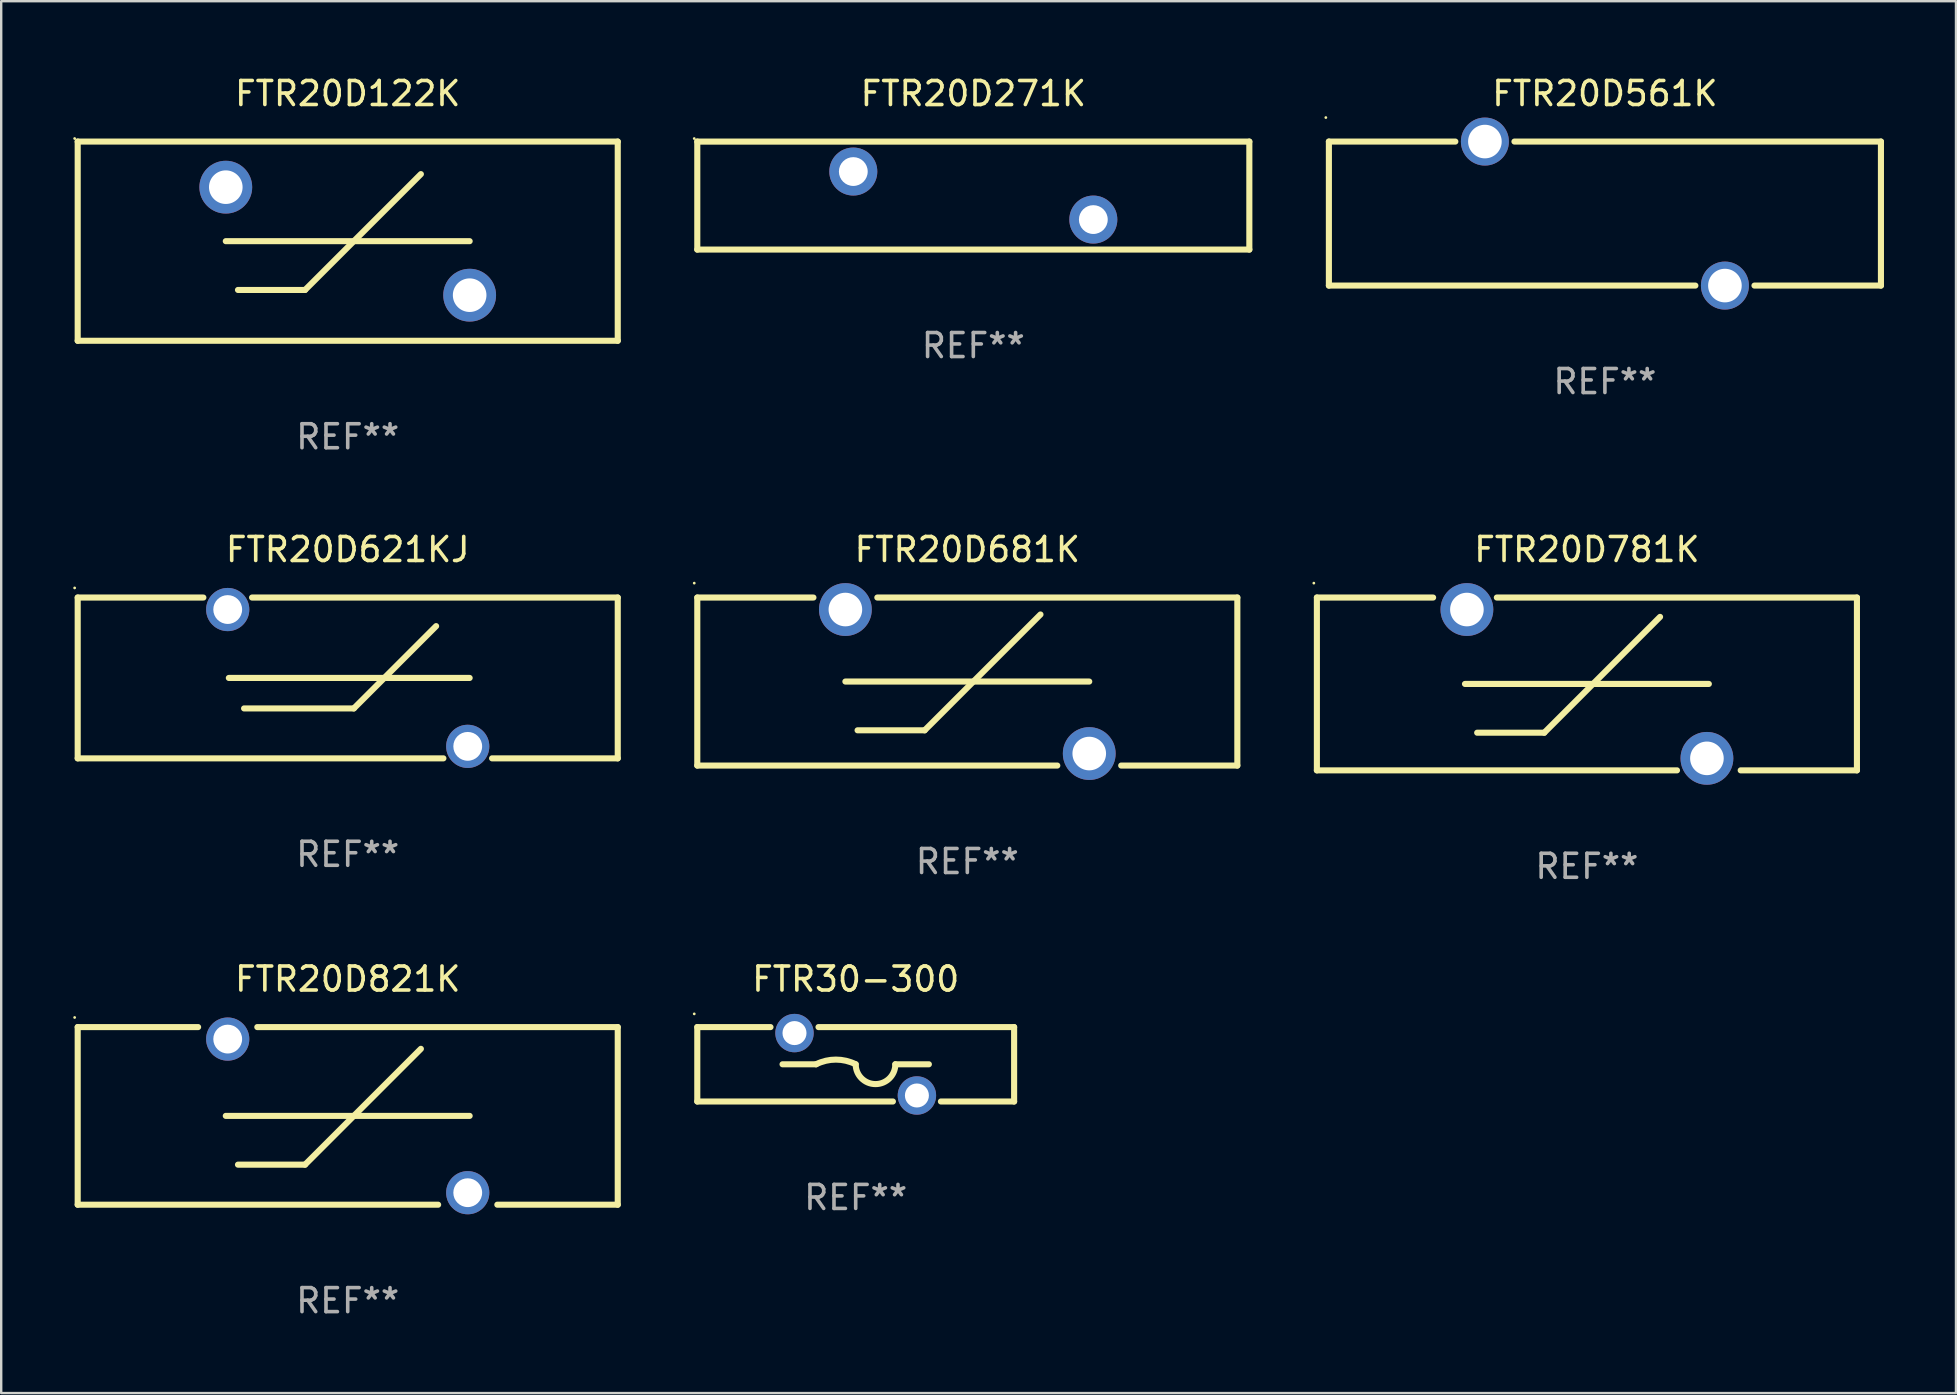
<source format=kicad_pcb>
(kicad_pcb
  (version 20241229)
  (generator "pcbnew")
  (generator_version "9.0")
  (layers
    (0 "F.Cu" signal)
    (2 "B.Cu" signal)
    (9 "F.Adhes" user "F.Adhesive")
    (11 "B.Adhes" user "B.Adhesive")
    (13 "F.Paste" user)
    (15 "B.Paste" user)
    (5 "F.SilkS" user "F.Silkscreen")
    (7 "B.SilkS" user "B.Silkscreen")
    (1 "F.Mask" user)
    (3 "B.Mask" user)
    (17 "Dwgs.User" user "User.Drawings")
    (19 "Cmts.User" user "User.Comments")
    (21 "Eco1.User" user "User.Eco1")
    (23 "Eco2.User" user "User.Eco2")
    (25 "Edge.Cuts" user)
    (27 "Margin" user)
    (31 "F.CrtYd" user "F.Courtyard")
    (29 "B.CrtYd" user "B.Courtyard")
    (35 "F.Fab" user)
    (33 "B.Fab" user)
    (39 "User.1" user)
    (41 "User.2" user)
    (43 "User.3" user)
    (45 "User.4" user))
  (footprint "FTR30-300"
    (layer "F.Cu")
    (at 32.601 41.291)
    (property "Reference" "FTR30-300" (at 0 -3.55 0) (layer "F.SilkS") (effects (font (size 1 1) (thickness 0.15))))
    (attr through_hole)
    (fp_line (start -6.6 -1.55) (end -6.6 1.55) (stroke (width 0.254) (type solid)) (layer "F.SilkS"))
    (fp_line (start -6.6 -1.55) (end -3.55 -1.55) (stroke (width 0.254) (type solid)) (layer "F.SilkS"))
    (fp_line (start -6.6 1.55) (end 1.55 1.55) (stroke (width 0.254) (type solid)) (layer "F.SilkS"))
    (fp_line (start -3.048 0) (end -1.651 0) (stroke (width 0.254) (type solid)) (layer "F.SilkS"))
    (fp_line (start -1.55 -1.55) (end 6.6 -1.55) (stroke (width 0.254) (type solid)) (layer "F.SilkS"))
    (fp_line (start 3.048 0) (end 1.651 0) (stroke (width 0.254) (type solid)) (layer "F.SilkS"))
    (fp_line (start 3.55 1.55) (end 6.6 1.55) (stroke (width 0.254) (type solid)) (layer "F.SilkS"))
    (fp_line (start 6.6 -1.55) (end 6.6 1.55) (stroke (width 0.254) (type solid)) (layer "F.SilkS"))
    (fp_arc (start -1.651003 0) (mid -0.825502 -0.194874) (end 0 0) (stroke (width 0.254001) (type solid)) (layer "F.SilkS"))
    (fp_arc (start 1.651003 0) (mid 0.825502 0.825501) (end 0.000001 0) (stroke (width 0.254001) (type solid)) (layer "F.SilkS"))
    (fp_circle (center -6.727 -2.1) (end -6.697 -2.1) (stroke (width 0.06) (type solid)) (fill no) (layer "F.SilkS"))
    (fp_text user "REF**" (at 0 5.55 0) (layer "F.Fab") (effects (font (size 1 1) (thickness 0.15))))
    (pad "1" thru_hole circle (at -2.55 -1.3) (size 1.6 1.6) (drill 1) (layers "*.Cu" "*.Mask"))
    (pad "2" thru_hole circle (at 2.55 1.3) (size 1.6 1.6) (drill 1) (layers "*.Cu" "*.Mask")))
  (footprint "FTR20D271K"
    (layer "F.Cu")
    (at 37.501 5.099)
    (property "Reference" "FTR20D271K" (at 0 -4.25 0) (layer "F.SilkS") (effects (font (size 1 1) (thickness 0.15))))
    (attr through_hole)
    (fp_line (start -11.5 -2.25) (end 11.5 -2.25) (stroke (width 0.254) (type solid)) (layer "F.SilkS"))
    (fp_line (start -11.5 2.25) (end -11.5 -2.25) (stroke (width 0.254) (type solid)) (layer "F.SilkS"))
    (fp_line (start 11.5 -2.25) (end 11.5 2.25) (stroke (width 0.254) (type solid)) (layer "F.SilkS"))
    (fp_line (start 11.5 2.249) (end -11.5 2.249) (stroke (width 0.254) (type solid)) (layer "F.SilkS"))
    (fp_circle (center -11.627 -2.377) (end -11.597 -2.377) (stroke (width 0.06) (type solid)) (fill no) (layer "F.SilkS"))
    (fp_text user "REF**" (at 0 6.25 0) (layer "F.Fab") (effects (font (size 1 1) (thickness 0.15))))
    (pad "1" thru_hole circle (at -5 -1.002) (size 2 2) (drill 1.2) (layers "*.Cu" "*.Mask"))
    (pad "2" thru_hole circle (at 5 0.999) (size 2 2) (drill 1.2) (layers "*.Cu" "*.Mask")))
  (footprint "FTR20D781K"
    (layer "F.Cu")
    (at 63.065 25.445)
    (property "Reference" "FTR20D781K" (at 0 -5.6 0) (layer "F.SilkS") (effects (font (size 1 1) (thickness 0.15))))
    (attr through_hole)
    (fp_line (start -11.25 -3.6) (end -6.407 -3.6) (stroke (width 0.254) (type solid)) (layer "F.SilkS"))
    (fp_line (start -11.25 3.6) (end -11.25 -3.6) (stroke (width 0.254) (type solid)) (layer "F.SilkS"))
    (fp_line (start -11.25 3.6) (end 3.753 3.6) (stroke (width 0.254) (type solid)) (layer "F.SilkS"))
    (fp_line (start -5.08 -0.000127) (end 5.08 -0.000127) (stroke (width 0.254) (type solid)) (layer "F.SilkS"))
    (fp_line (start -4.572 2.032) (end -1.778 2.032) (stroke (width 0.254) (type solid)) (layer "F.SilkS"))
    (fp_line (start -3.753 -3.6) (end 11.25 -3.6) (stroke (width 0.254) (type solid)) (layer "F.SilkS"))
    (fp_line (start -1.778 2.032) (end 3.048 -2.794) (stroke (width 0.254) (type solid)) (layer "F.SilkS"))
    (fp_line (start 6.407 3.6) (end 11.25 3.6) (stroke (width 0.254) (type solid)) (layer "F.SilkS"))
    (fp_line (start 11.25 3.6) (end 11.25 -3.6) (stroke (width 0.254) (type solid)) (layer "F.SilkS"))
    (fp_circle (center -11.377 -4.2) (end -11.347 -4.2) (stroke (width 0.06) (type solid)) (fill no) (layer "F.SilkS"))
    (fp_text user "REF**" (at 0 7.6 0) (layer "F.Fab") (effects (font (size 1 1) (thickness 0.15))))
    (pad "1" thru_hole circle (at -5 -3.1) (size 2.2 2.2) (drill 1.4) (layers "*.Cu" "*.Mask"))
    (pad "2" thru_hole circle (at 5 3.1) (size 2.2 2.2) (drill 1.4) (layers "*.Cu" "*.Mask")))
  (footprint "FTR20D681K"
    (layer "F.Cu")
    (at 37.251 25.345)
    (property "Reference" "FTR20D681K" (at 0 -5.5 0) (layer "F.SilkS") (effects (font (size 1 1) (thickness 0.15))))
    (attr through_hole)
    (fp_line (start -11.25 -3.5) (end -11.25 3.5) (stroke (width 0.254) (type solid)) (layer "F.SilkS"))
    (fp_line (start -11.25 3.5) (end 3.749 3.5) (stroke (width 0.254) (type solid)) (layer "F.SilkS"))
    (fp_line (start -6.411 -3.5) (end -11.25 -3.5) (stroke (width 0.254) (type solid)) (layer "F.SilkS"))
    (fp_line (start -5.08 -0.000127) (end 5.08 -0.000127) (stroke (width 0.254) (type solid)) (layer "F.SilkS"))
    (fp_line (start -4.572 2.032) (end -1.778 2.032) (stroke (width 0.254) (type solid)) (layer "F.SilkS"))
    (fp_line (start -1.778 2.032) (end 3.048 -2.794) (stroke (width 0.254) (type solid)) (layer "F.SilkS"))
    (fp_line (start 6.411 3.5) (end 11.25 3.5) (stroke (width 0.254) (type solid)) (layer "F.SilkS"))
    (fp_line (start 11.25 -3.5) (end -3.749 -3.5) (stroke (width 0.254) (type solid)) (layer "F.SilkS"))
    (fp_line (start 11.25 3.5) (end 11.25 -3.5) (stroke (width 0.254) (type solid)) (layer "F.SilkS"))
    (fp_circle (center -11.377 -4.1) (end -11.347 -4.1) (stroke (width 0.06) (type solid)) (fill no) (layer "F.SilkS"))
    (fp_text user "REF**" (at 0 7.5 0) (layer "F.Fab") (effects (font (size 1 1) (thickness 0.15))))
    (pad "1" thru_hole circle (at -5.08 -3) (size 2.2 2.2) (drill 1.4) (layers "*.Cu" "*.Mask"))
    (pad "2" thru_hole circle (at 5.08 3) (size 2.2 2.2) (drill 1.4) (layers "*.Cu" "*.Mask")))
  (footprint "FTR20D821K"
    (layer "F.Cu")
    (at 11.437 43.441)
    (property "Reference" "FTR20D821K" (at 0 -5.7 0) (layer "F.SilkS") (effects (font (size 1 1) (thickness 0.15))))
    (attr through_hole)
    (fp_line (start -11.25 -3.7) (end -6.233 -3.7) (stroke (width 0.254) (type solid)) (layer "F.SilkS"))
    (fp_line (start -11.25 3.7) (end -11.25 -3.7) (stroke (width 0.254) (type solid)) (layer "F.SilkS"))
    (fp_line (start -11.25 3.7) (end 3.767 3.7) (stroke (width 0.254) (type solid)) (layer "F.SilkS"))
    (fp_line (start -5.08 -0.000127) (end 5.08 -0.000127) (stroke (width 0.254) (type solid)) (layer "F.SilkS"))
    (fp_line (start -4.572 2.032) (end -1.778 2.032) (stroke (width 0.254) (type solid)) (layer "F.SilkS"))
    (fp_line (start -3.767 -3.7) (end 11.25 -3.7) (stroke (width 0.254) (type solid)) (layer "F.SilkS"))
    (fp_line (start -1.778 2.032) (end 3.048 -2.794) (stroke (width 0.254) (type solid)) (layer "F.SilkS"))
    (fp_line (start 6.233 3.7) (end 11.25 3.7) (stroke (width 0.254) (type solid)) (layer "F.SilkS"))
    (fp_line (start 11.25 3.7) (end 11.25 -3.7) (stroke (width 0.254) (type solid)) (layer "F.SilkS"))
    (fp_circle (center -11.377 -4.1) (end -11.347 -4.1) (stroke (width 0.06) (type solid)) (fill no) (layer "F.SilkS"))
    (fp_text user "REF**" (at 0 7.7 0) (layer "F.Fab") (effects (font (size 1 1) (thickness 0.15))))
    (pad "1" thru_hole circle (at -5 -3.2) (size 1.8 1.8) (drill 1.2) (layers "*.Cu" "*.Mask"))
    (pad "2" thru_hole circle (at 5 3.2) (size 1.8 1.8) (drill 1.2) (layers "*.Cu" "*.Mask")))
  (footprint "FTR20D561K"
    (layer "F.Cu")
    (at 63.815 5.848)
    (property "Reference" "FTR20D561K" (at 0 -5 0) (layer "F.SilkS") (effects (font (size 1 1) (thickness 0.15))))
    (attr through_hole)
    (fp_line (start -11.5 -3) (end -6.231 -3) (stroke (width 0.254) (type solid)) (layer "F.SilkS"))
    (fp_line (start -11.5 3) (end -11.5 -3) (stroke (width 0.254) (type solid)) (layer "F.SilkS"))
    (fp_line (start -3.769 -3) (end 11.5 -3) (stroke (width 0.254) (type solid)) (layer "F.SilkS"))
    (fp_line (start 3.769 3) (end -11.5 3) (stroke (width 0.254) (type solid)) (layer "F.SilkS"))
    (fp_line (start 11.5 -3) (end 11.5 3) (stroke (width 0.254) (type solid)) (layer "F.SilkS"))
    (fp_line (start 11.5 3) (end 6.231 3) (stroke (width 0.254) (type solid)) (layer "F.SilkS"))
    (fp_circle (center -11.627 -4) (end -11.597 -4) (stroke (width 0.06) (type solid)) (fill no) (layer "F.SilkS"))
    (fp_text user "REF**" (at 0 7 0) (layer "F.Fab") (effects (font (size 1 1) (thickness 0.15))))
    (pad "1" thru_hole circle (at -5 -3) (size 2 2) (drill 1.4) (layers "*.Cu" "*.Mask"))
    (pad "2" thru_hole circle (at 5 3) (size 2 2) (drill 1.4) (layers "*.Cu" "*.Mask")))
  (footprint "FTR20D621KJ"
    (layer "F.Cu")
    (at 11.437 25.195)
    (property "Reference" "FTR20D621KJ" (at 0 -5.35 0) (layer "F.SilkS") (effects (font (size 1 1) (thickness 0.15))))
    (attr through_hole)
    (fp_line (start -11.25 -3.35) (end -11.25 3.35) (stroke (width 0.254) (type solid)) (layer "F.SilkS"))
    (fp_line (start -11.25 -3.35) (end -6.014 -3.35) (stroke (width 0.254) (type solid)) (layer "F.SilkS"))
    (fp_line (start -11.25 3.35) (end 3.986 3.35) (stroke (width 0.254) (type solid)) (layer "F.SilkS"))
    (fp_line (start -4.953 0) (end 5.08 0) (stroke (width 0.254) (type solid)) (layer "F.SilkS"))
    (fp_line (start -4.318 1.27) (end 0.254 1.27) (stroke (width 0.254) (type solid)) (layer "F.SilkS"))
    (fp_line (start -3.986 -3.35) (end 11.25 -3.35) (stroke (width 0.254) (type solid)) (layer "F.SilkS"))
    (fp_line (start 0.254 1.27) (end 3.683 -2.159) (stroke (width 0.254) (type solid)) (layer "F.SilkS"))
    (fp_line (start 6.014 3.35) (end 11.25 3.35) (stroke (width 0.254) (type solid)) (layer "F.SilkS"))
    (fp_line (start 11.25 -3.35) (end 11.25 3.35) (stroke (width 0.254) (type solid)) (layer "F.SilkS"))
    (fp_circle (center -11.377 -3.75) (end -11.347 -3.75) (stroke (width 0.06) (type solid)) (fill no) (layer "F.SilkS"))
    (fp_text user "REF**" (at 0 7.35 0) (layer "F.Fab") (effects (font (size 1 1) (thickness 0.15))))
    (pad "1" thru_hole circle (at -5 -2.85) (size 1.8 1.8) (drill 1.2) (layers "*.Cu" "*.Mask"))
    (pad "2" thru_hole circle (at 5 2.85) (size 1.8 1.8) (drill 1.2) (layers "*.Cu" "*.Mask")))
  (footprint "FTR20D122K"
    (layer "F.Cu")
    (at 11.437 6.998)
    (property "Reference" "FTR20D122K" (at 0 -6.15 0) (layer "F.SilkS") (effects (font (size 1 1) (thickness 0.15))))
    (attr through_hole)
    (fp_line (start -11.25 -4.15) (end -11.25 4.15) (stroke (width 0.254) (type solid)) (layer "F.SilkS"))
    (fp_line (start -11.25 -4.15) (end 11.25 -4.15) (stroke (width 0.254) (type solid)) (layer "F.SilkS"))
    (fp_line (start -5.08 -0.000127) (end 5.08 -0.000127) (stroke (width 0.254) (type solid)) (layer "F.SilkS"))
    (fp_line (start -4.572 2.032) (end -1.778 2.032) (stroke (width 0.254) (type solid)) (layer "F.SilkS"))
    (fp_line (start -1.778 2.032) (end 3.048 -2.794) (stroke (width 0.254) (type solid)) (layer "F.SilkS"))
    (fp_line (start 11.25 4.15) (end -11.25 4.15) (stroke (width 0.254) (type solid)) (layer "F.SilkS"))
    (fp_line (start 11.25 4.15) (end 11.25 -4.15) (stroke (width 0.254) (type solid)) (layer "F.SilkS"))
    (fp_circle (center -11.377 -4.277) (end -11.347 -4.277) (stroke (width 0.06) (type solid)) (fill no) (layer "F.SilkS"))
    (fp_text user "REF**" (at 0 8.15 0) (layer "F.Fab") (effects (font (size 1 1) (thickness 0.15))))
    (pad "1" thru_hole circle (at -5.08 -2.25) (size 2.2 2.2) (drill 1.4) (layers "*.Cu" "*.Mask"))
    (pad "2" thru_hole circle (at 5.08 2.25) (size 2.2 2.2) (drill 1.4) (layers "*.Cu" "*.Mask")))
  (gr_rect
    (start -3 -3)
    (end 78.442 54.99)
    (stroke (width 0.1) (type default))
    (fill no)
    (layer "Edge.Cuts")))
</source>
